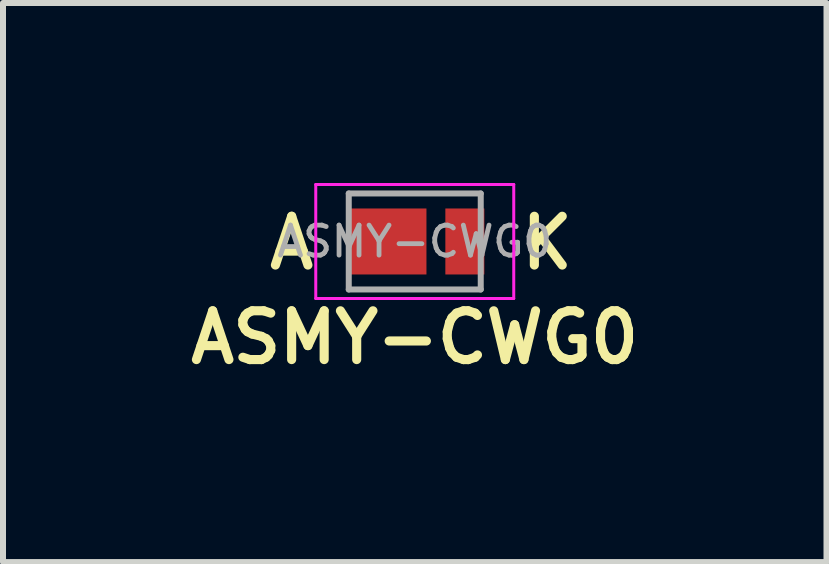
<source format=kicad_pcb>
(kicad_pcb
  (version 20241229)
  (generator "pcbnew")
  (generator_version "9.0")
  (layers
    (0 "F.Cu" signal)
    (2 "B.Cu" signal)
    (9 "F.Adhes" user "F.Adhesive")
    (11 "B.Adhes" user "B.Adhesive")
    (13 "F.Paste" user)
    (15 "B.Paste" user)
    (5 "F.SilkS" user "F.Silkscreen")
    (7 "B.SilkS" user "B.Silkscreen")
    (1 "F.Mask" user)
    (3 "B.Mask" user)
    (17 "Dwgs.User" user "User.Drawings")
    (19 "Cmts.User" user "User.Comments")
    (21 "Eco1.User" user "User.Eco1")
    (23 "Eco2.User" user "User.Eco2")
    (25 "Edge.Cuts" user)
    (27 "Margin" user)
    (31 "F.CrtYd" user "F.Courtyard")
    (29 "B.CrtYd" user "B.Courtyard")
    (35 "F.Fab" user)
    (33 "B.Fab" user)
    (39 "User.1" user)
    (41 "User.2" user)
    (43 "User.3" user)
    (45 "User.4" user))
  (footprint "ASMY-CWG0"
    (layer "F.Cu")
    (at 3.863 0.975)
    (property "Reference" "ASMY-CWG0" (at 0 1.6 0) (layer "F.SilkS") (effects (font (size 0.813 0.813) (thickness 0.152) (bold yes))))
    (attr smd)
    (fp_line (start -1.65 -0.95) (end 1.65 -0.95) (stroke (width 0.05) (type solid)) (layer "F.CrtYd"))
    (fp_line (start -1.65 0.95) (end -1.65 -0.95) (stroke (width 0.05) (type solid)) (layer "F.CrtYd"))
    (fp_line (start 1.65 -0.95) (end 1.65 0.95) (stroke (width 0.05) (type solid)) (layer "F.CrtYd"))
    (fp_line (start 1.65 0.95) (end -1.65 0.95) (stroke (width 0.05) (type solid)) (layer "F.CrtYd"))
    (fp_line (start -1.1 -0.8) (end 1.1 -0.8) (stroke (width 0.1) (type solid)) (layer "F.Fab"))
    (fp_line (start -1.1 0.8) (end -1.1 -0.8) (stroke (width 0.1) (type solid)) (layer "F.Fab"))
    (fp_line (start 1.1 -0.8) (end 1.1 0.8) (stroke (width 0.1) (type solid)) (layer "F.Fab"))
    (fp_line (start 1.1 0.8) (end -1.1 0.8) (stroke (width 0.1) (type solid)) (layer "F.Fab"))
    (fp_text user "A" (at -2.5 0.5 0) (unlocked yes) (layer "F.SilkS") (effects (font (size 0.813 0.813) (thickness 0.152) (bold yes)) (justify left bottom)))
    (fp_text user "K" (at 1.7 0.5 0) (unlocked yes) (layer "F.SilkS") (effects (font (size 0.813 0.813) (thickness 0.152) (bold yes)) (justify left bottom)))
    (fp_text user "${REFERENCE}" (at 0 0 0) (layer "F.Fab") (effects (font (size 0.5 0.5) (thickness 0.08))))
    (pad "1" smd rect (at -0.455 0 180) (size 1.3 1.1) (layers "F.Cu" "F.Mask" "F.Paste"))
    (pad "2" smd rect (at 0.835 0 180) (size 0.65 1.1) (layers "F.Cu" "F.Mask" "F.Paste")))
  (gr_rect
    (start -3 -3)
    (end 10.726 6.318)
    (stroke (width 0.1) (type default))
    (fill no)
    (layer "Edge.Cuts")))
</source>
